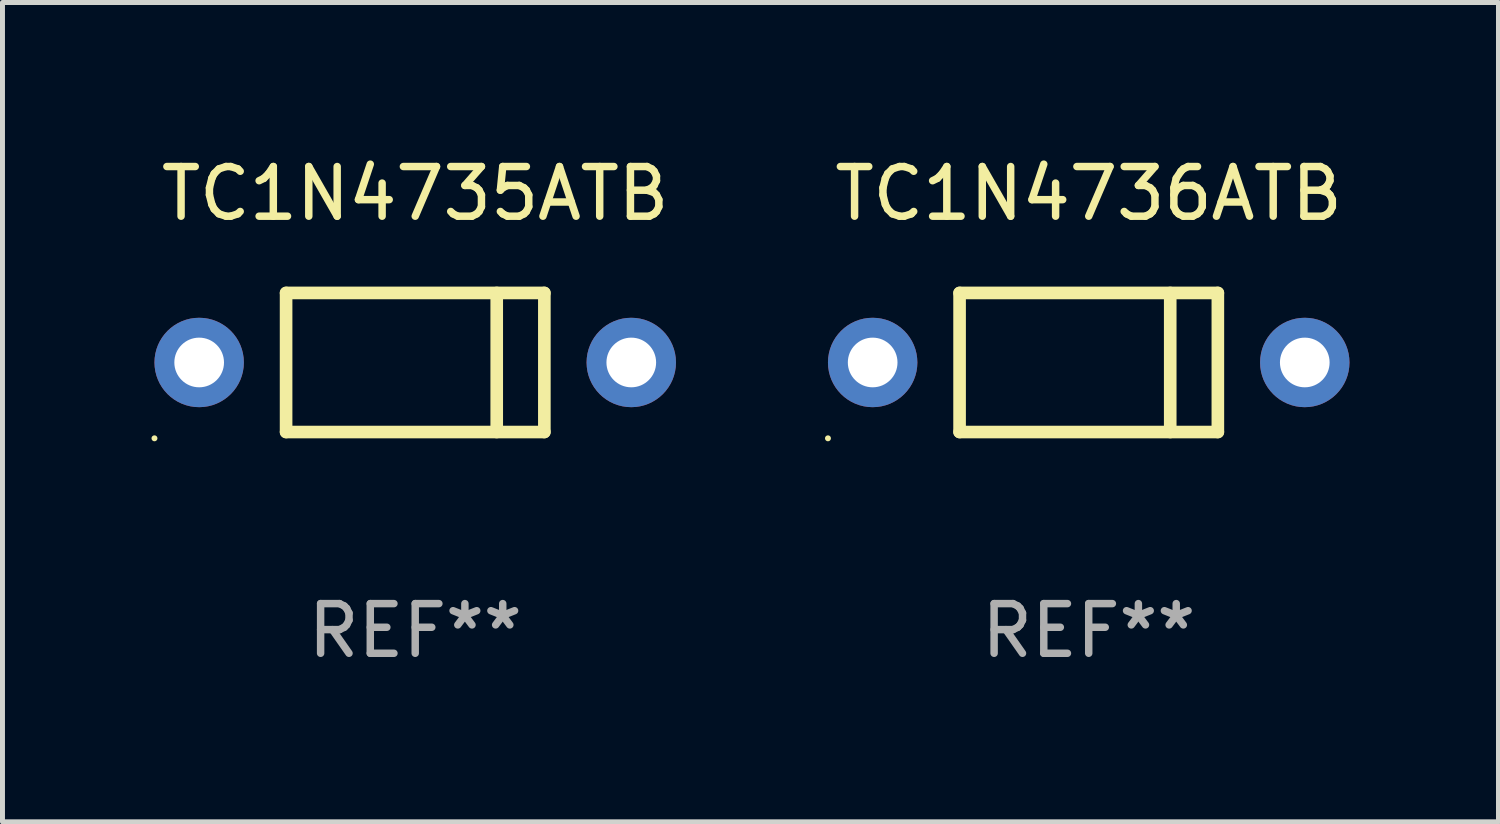
<source format=kicad_pcb>
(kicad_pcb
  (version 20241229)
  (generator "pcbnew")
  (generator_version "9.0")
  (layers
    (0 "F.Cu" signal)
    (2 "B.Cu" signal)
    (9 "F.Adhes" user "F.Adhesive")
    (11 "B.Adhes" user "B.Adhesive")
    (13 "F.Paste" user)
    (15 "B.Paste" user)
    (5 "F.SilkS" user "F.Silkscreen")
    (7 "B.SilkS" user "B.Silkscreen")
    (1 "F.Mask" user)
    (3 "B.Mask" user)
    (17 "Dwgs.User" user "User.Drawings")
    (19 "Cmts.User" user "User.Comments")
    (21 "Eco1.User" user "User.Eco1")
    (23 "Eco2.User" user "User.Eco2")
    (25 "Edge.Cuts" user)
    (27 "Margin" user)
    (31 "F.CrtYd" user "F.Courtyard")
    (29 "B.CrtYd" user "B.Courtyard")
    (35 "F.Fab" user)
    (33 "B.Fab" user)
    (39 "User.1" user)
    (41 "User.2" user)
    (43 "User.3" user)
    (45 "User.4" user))
  (footprint "TC1N4736ATB"
    (layer "F.Cu")
    (at 18.87 4.248)
    (property "Reference" "TC1N4736ATB" (at 0 -3.4 0) (layer "F.SilkS") (effects (font (size 1 1) (thickness 0.15))))
    (attr through_hole)
    (fp_line (start -2.6 1.4) (end -2.6 -1.4) (stroke (width 0.254) (type solid)) (layer "F.SilkS"))
    (fp_line (start 1.641 1.4) (end 1.641 -1.4) (stroke (width 0.254) (type solid)) (layer "F.SilkS"))
    (fp_line (start 2.6 -1.4) (end -2.6 -1.4) (stroke (width 0.254) (type solid)) (layer "F.SilkS"))
    (fp_line (start 2.6 1.4) (end -2.6 1.4) (stroke (width 0.254) (type solid)) (layer "F.SilkS"))
    (fp_line (start 2.6 1.4) (end 2.6 -1.4) (stroke (width 0.254) (type solid)) (layer "F.SilkS"))
    (fp_circle (center -5.25 1.527) (end -5.22 1.527) (stroke (width 0.06) (type solid)) (fill no) (layer "F.SilkS"))
    (fp_text user "REF**" (at 0 5.4 0) (layer "F.Fab") (effects (font (size 1 1) (thickness 0.15))))
    (pad "1" thru_hole circle (at -4.35 0) (size 1.8 1.8) (drill 1) (layers "*.Cu" "*.Mask"))
    (pad "2" thru_hole circle (at 4.35 0) (size 1.8 1.8) (drill 1) (layers "*.Cu" "*.Mask")))
  (footprint "TC1N4735ATB"
    (layer "F.Cu")
    (at 5.31 4.248)
    (property "Reference" "TC1N4735ATB" (at 0 -3.4 0) (layer "F.SilkS") (effects (font (size 1 1) (thickness 0.15))))
    (attr through_hole)
    (fp_line (start -2.6 1.4) (end -2.6 -1.4) (stroke (width 0.254) (type solid)) (layer "F.SilkS"))
    (fp_line (start 1.641 1.4) (end 1.641 -1.4) (stroke (width 0.254) (type solid)) (layer "F.SilkS"))
    (fp_line (start 2.6 -1.4) (end -2.6 -1.4) (stroke (width 0.254) (type solid)) (layer "F.SilkS"))
    (fp_line (start 2.6 1.4) (end -2.6 1.4) (stroke (width 0.254) (type solid)) (layer "F.SilkS"))
    (fp_line (start 2.6 1.4) (end 2.6 -1.4) (stroke (width 0.254) (type solid)) (layer "F.SilkS"))
    (fp_circle (center -5.25 1.527) (end -5.22 1.527) (stroke (width 0.06) (type solid)) (fill no) (layer "F.SilkS"))
    (fp_text user "REF**" (at 0 5.4 0) (layer "F.Fab") (effects (font (size 1 1) (thickness 0.15))))
    (pad "1" thru_hole circle (at -4.35 0) (size 1.8 1.8) (drill 1) (layers "*.Cu" "*.Mask"))
    (pad "2" thru_hole circle (at 4.35 0) (size 1.8 1.8) (drill 1) (layers "*.Cu" "*.Mask")))
  (gr_rect
    (start -3 -3)
    (end 27.12 13.496)
    (stroke (width 0.1) (type default))
    (fill no)
    (layer "Edge.Cuts")))
</source>
